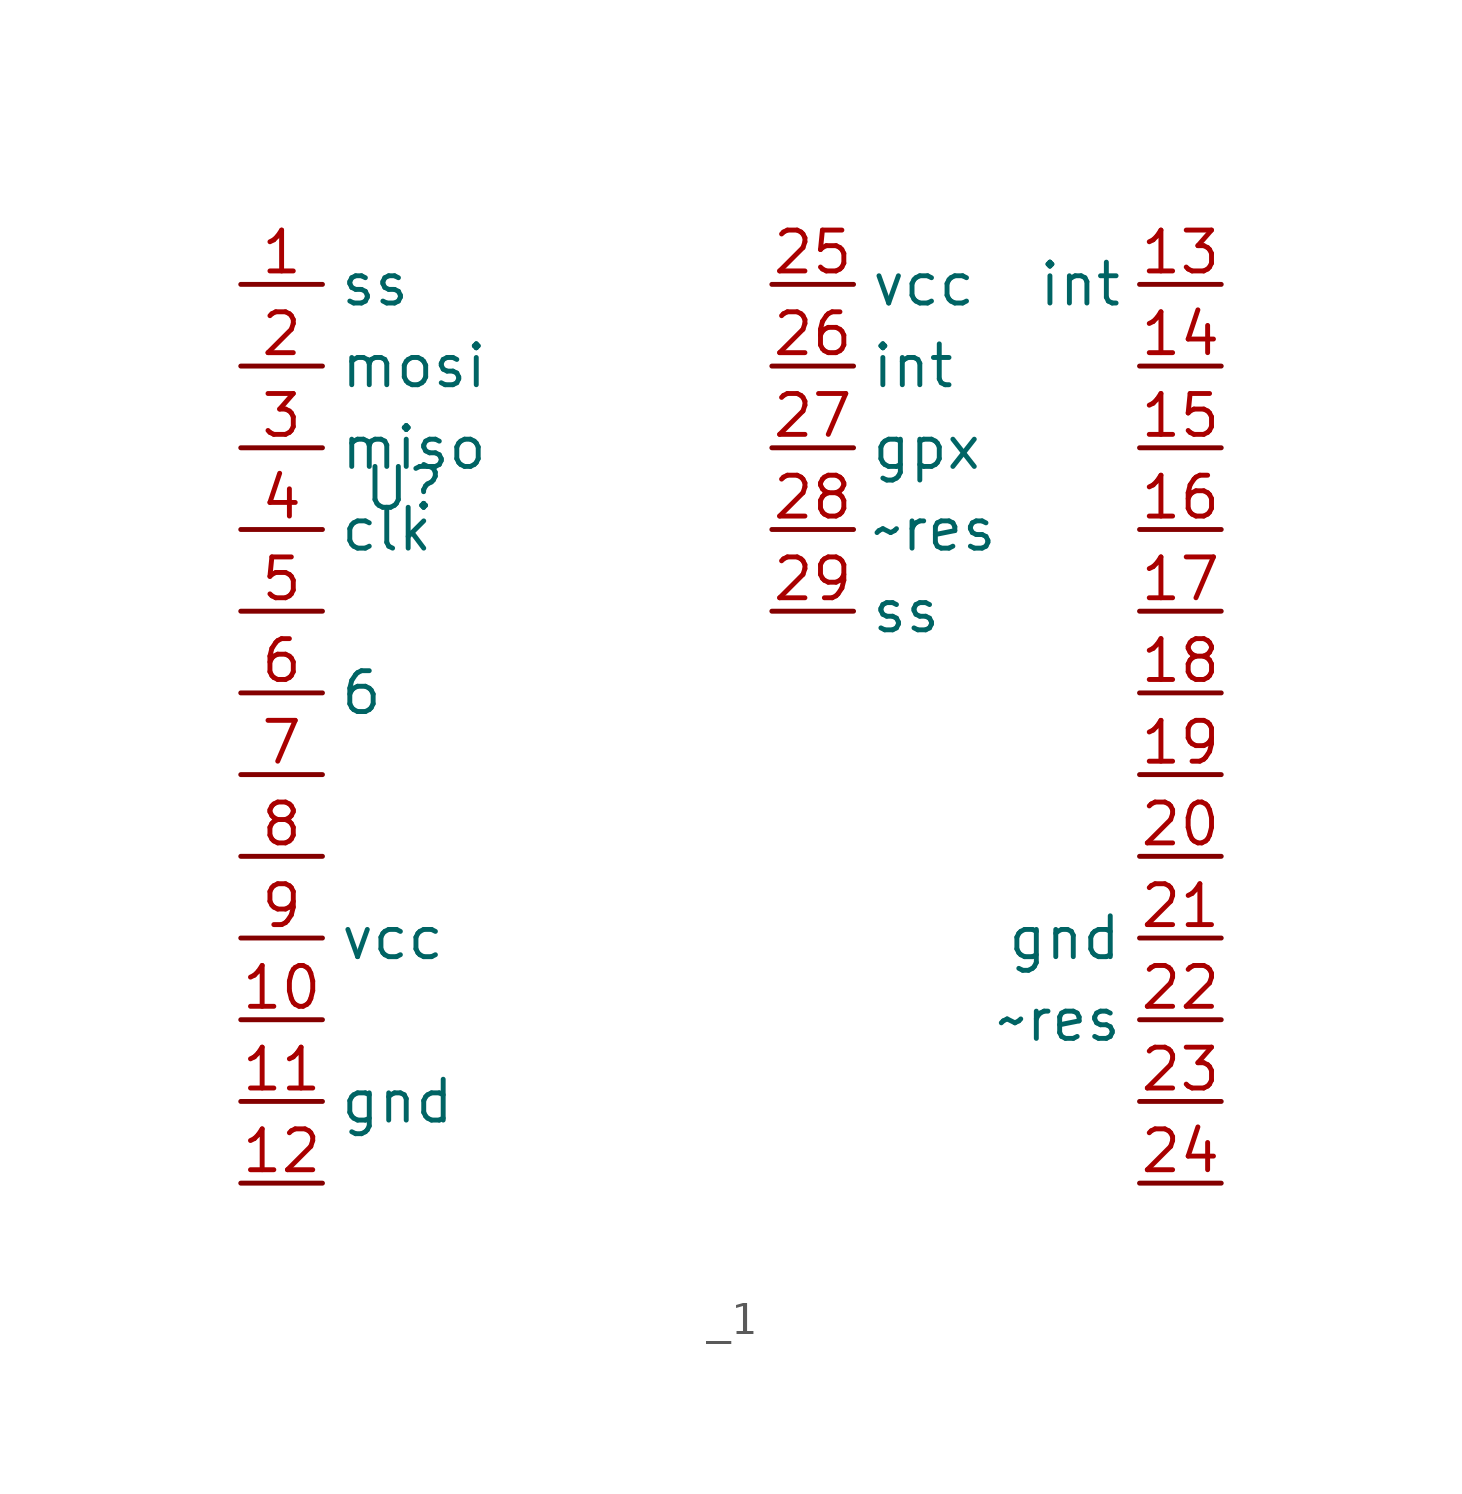
<source format=kicad_sym>
(kicad_symbol_lib
  (version 20241209)
  (generator "kicad_symbol_editor")
  (generator_version "9.0")
  (symbol "_1"
    (property "Reference" "U"
      (at 0 0 0)
      (effects (font (size 1.27 1.27))))
    (property "Value" ""
      (at 0 0 0)
      (effects (font (size 1.27 1.27))))
    (symbol "_1_1_1"
      (pin input line (at -5.08 6.35 0) (length 2.54) (name "ss" (effects (font (size 1.27 1.27)))) (number "1" (effects (font (size 1.27 1.27)))))
      (pin input line (at -5.08 3.81 0) (length 2.54) (name "mosi" (effects (font (size 1.27 1.27)))) (number "2" (effects (font (size 1.27 1.27)))))
      (pin input line (at -5.08 1.27 0) (length 2.54) (name "miso" (effects (font (size 1.27 1.27)))) (number "3" (effects (font (size 1.27 1.27)))))
      (pin input line (at -5.08 -1.27 0) (length 2.54) (name "clk" (effects (font (size 1.27 1.27)))) (number "4" (effects (font (size 1.27 1.27)))))
      (pin input line (at -5.08 -3.81 0) (length 2.54) (name "" (effects (font (size 1.27 1.27)))) (number "5" (effects (font (size 1.27 1.27)))))
      (pin input line (at -5.08 -6.35 0) (length 2.54) (name "6" (effects (font (size 1.27 1.27)))) (number "6" (effects (font (size 1.27 1.27)))))
      (pin input line (at -5.08 -8.89 0) (length 2.54) (name "" (effects (font (size 1.27 1.27)))) (number "7" (effects (font (size 1.27 1.27)))))
      (pin input line (at -5.08 -11.43 0) (length 2.54) (name "" (effects (font (size 1.27 1.27)))) (number "8" (effects (font (size 1.27 1.27)))))
      (pin input line (at -5.08 -13.97 0) (length 2.54) (name "vcc" (effects (font (size 1.27 1.27)))) (number "9" (effects (font (size 1.27 1.27)))))
      (pin input line (at -5.08 -16.51 0) (length 2.54) (name "" (effects (font (size 1.27 1.27)))) (number "10" (effects (font (size 1.27 1.27)))))
      (pin input line (at -5.08 -19.05 0) (length 2.54) (name "gnd" (effects (font (size 1.27 1.27)))) (number "11" (effects (font (size 1.27 1.27)))))
      (pin input line (at -5.08 -21.59 0) (length 2.54) (name "" (effects (font (size 1.27 1.27)))) (number "12" (effects (font (size 1.27 1.27)))))
      (pin input line (at 11.43 6.35 0) (length 2.54) (name "vcc" (effects (font (size 1.27 1.27)))) (number "25" (effects (font (size 1.27 1.27)))))
      (pin input line (at 11.43 3.81 0) (length 2.54) (name "int" (effects (font (size 1.27 1.27)))) (number "26" (effects (font (size 1.27 1.27)))))
      (pin input line (at 11.43 1.27 0) (length 2.54) (name "gpx" (effects (font (size 1.27 1.27)))) (number "27" (effects (font (size 1.27 1.27)))))
      (pin input line (at 11.43 -1.27 0) (length 2.54) (name "~res" (effects (font (size 1.27 1.27)))) (number "28" (effects (font (size 1.27 1.27)))))
      (pin input line (at 11.43 -3.81 0) (length 2.54) (name "ss" (effects (font (size 1.27 1.27)))) (number "29" (effects (font (size 1.27 1.27)))))
      (pin input line (at 25.4 6.35 180) (length 2.54) (name "int" (effects (font (size 1.27 1.27)))) (number "13" (effects (font (size 1.27 1.27)))))
      (pin input line (at 25.4 3.81 180) (length 2.54) (name "" (effects (font (size 1.27 1.27)))) (number "14" (effects (font (size 1.27 1.27)))))
      (pin input line (at 25.4 1.27 180) (length 2.54) (name "" (effects (font (size 1.27 1.27)))) (number "15" (effects (font (size 1.27 1.27)))))
      (pin input line (at 25.4 -1.27 180) (length 2.54) (name "" (effects (font (size 1.27 1.27)))) (number "16" (effects (font (size 1.27 1.27)))))
      (pin input line (at 25.4 -3.81 180) (length 2.54) (name "" (effects (font (size 1.27 1.27)))) (number "17" (effects (font (size 1.27 1.27)))))
      (pin input line (at 25.4 -6.35 180) (length 2.54) (name "" (effects (font (size 1.27 1.27)))) (number "18" (effects (font (size 1.27 1.27)))))
      (pin input line (at 25.4 -8.89 180) (length 2.54) (name "" (effects (font (size 1.27 1.27)))) (number "19" (effects (font (size 1.27 1.27)))))
      (pin input line (at 25.4 -11.43 180) (length 2.54) (name "" (effects (font (size 1.27 1.27)))) (number "20" (effects (font (size 1.27 1.27)))))
      (pin input line (at 25.4 -13.97 180) (length 2.54) (name "gnd" (effects (font (size 1.27 1.27)))) (number "21" (effects (font (size 1.27 1.27)))))
      (pin input line (at 25.4 -16.51 180) (length 2.54) (name "~res" (effects (font (size 1.27 1.27)))) (number "22" (effects (font (size 1.27 1.27)))))
      (pin input line (at 25.4 -19.05 180) (length 2.54) (name "" (effects (font (size 1.27 1.27)))) (number "23" (effects (font (size 1.27 1.27)))))
      (pin input line (at 25.4 -21.59 180) (length 2.54) (name "" (effects (font (size 1.27 1.27)))) (number "24" (effects (font (size 1.27 1.27))))))))
</source>
